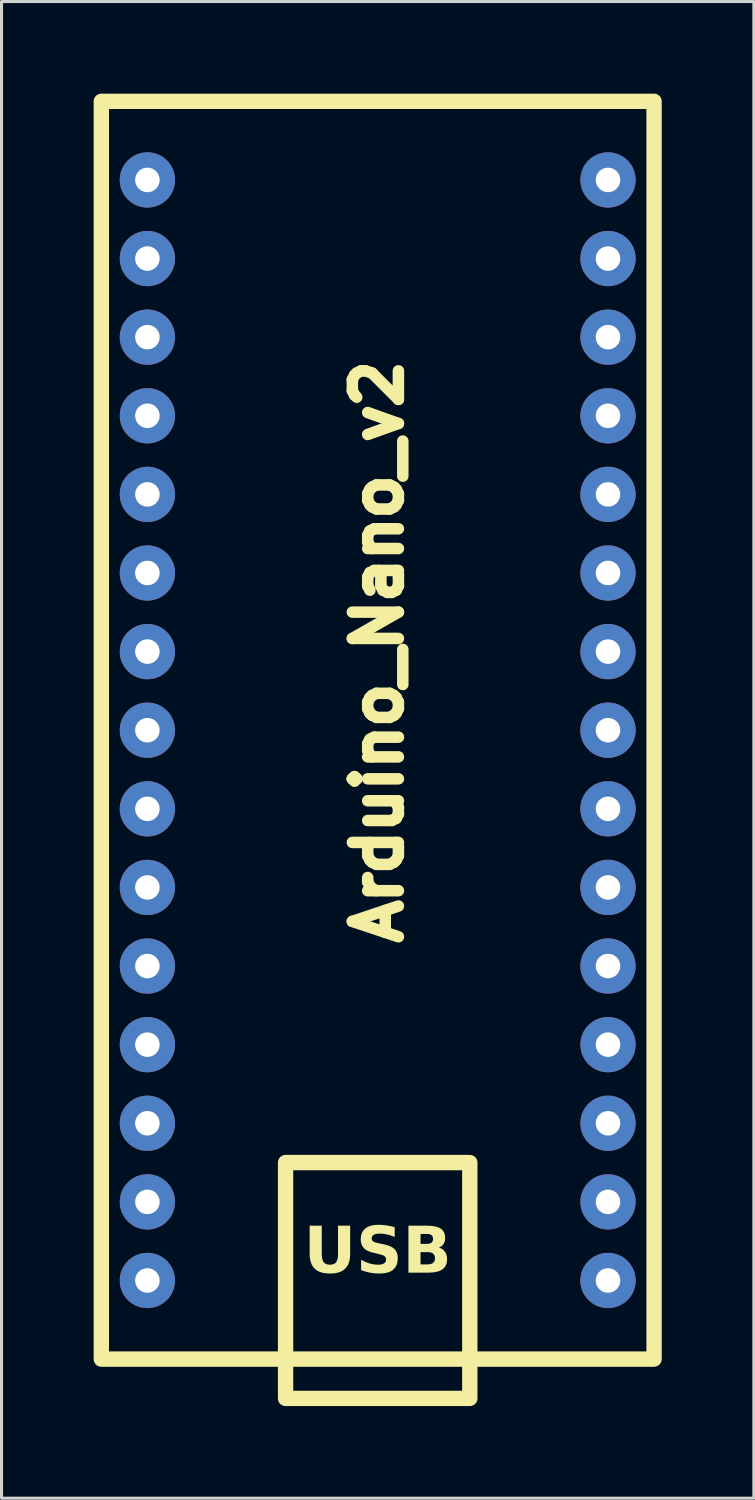
<source format=kicad_pcb>
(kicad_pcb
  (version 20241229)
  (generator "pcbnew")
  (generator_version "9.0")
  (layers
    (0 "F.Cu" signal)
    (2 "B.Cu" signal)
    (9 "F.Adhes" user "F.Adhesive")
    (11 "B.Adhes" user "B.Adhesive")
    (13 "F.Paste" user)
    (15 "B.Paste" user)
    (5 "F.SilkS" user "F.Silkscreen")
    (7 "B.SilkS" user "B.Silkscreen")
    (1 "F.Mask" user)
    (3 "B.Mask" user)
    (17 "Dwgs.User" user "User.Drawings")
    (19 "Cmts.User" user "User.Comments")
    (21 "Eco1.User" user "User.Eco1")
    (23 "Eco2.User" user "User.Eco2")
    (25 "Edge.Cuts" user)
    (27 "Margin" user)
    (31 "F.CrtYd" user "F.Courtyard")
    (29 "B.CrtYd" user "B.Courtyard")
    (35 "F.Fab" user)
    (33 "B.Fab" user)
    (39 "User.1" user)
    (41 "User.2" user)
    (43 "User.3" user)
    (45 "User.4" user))
  (footprint "Arduino_Nano_v2"
    (layer "F.Cu")
    (at 1.75 2.81)
    (property "Reference" "Arduino_Nano_v2" (at 7.5 15.36 90) (unlocked yes) (layer "F.SilkS") (effects (font (size 1.5 1.5) (thickness 0.375) (bold yes))))
    (attr through_hole)
    (fp_rect (start -1.5 -2.56) (end 16.5 38.4) (stroke (width 0.5) (type default)) (fill no) (layer "F.SilkS"))
    (fp_rect (start 4.5 39.68) (end 10.5 32) (stroke (width 0.5) (type default)) (fill no) (layer "F.SilkS"))
    (fp_text user "USB" (at 7.5 35.84 0) (unlocked yes) (layer "F.SilkS") (effects (font (face "Arial") (size 1.5 1.5) (thickness 0.375) (bold yes)) (justify bottom)))
    (pad "1" thru_hole circle (at 0 0) (size 1.8 1.8) (drill 0.8) (layers "*.Cu" "*.Mask"))
    (pad "2" thru_hole circle (at 0 2.56 90) (size 1.8 1.8) (drill 0.8) (layers "*.Cu" "*.Mask"))
    (pad "3" thru_hole circle (at 0 5.12 90) (size 1.8 1.8) (drill 0.8) (layers "*.Cu" "*.Mask"))
    (pad "4" thru_hole circle (at 0 7.68 90) (size 1.8 1.8) (drill 0.8) (layers "*.Cu" "*.Mask"))
    (pad "5" thru_hole circle (at 0 10.24 90) (size 1.8 1.8) (drill 0.8) (layers "*.Cu" "*.Mask"))
    (pad "6" thru_hole circle (at 0 12.8 90) (size 1.8 1.8) (drill 0.8) (layers "*.Cu" "*.Mask"))
    (pad "7" thru_hole circle (at 0 15.36 90) (size 1.8 1.8) (drill 0.8) (layers "*.Cu" "*.Mask"))
    (pad "8" thru_hole circle (at 0 17.92 90) (size 1.8 1.8) (drill 0.8) (layers "*.Cu" "*.Mask"))
    (pad "9" thru_hole circle (at 0 20.48 90) (size 1.8 1.8) (drill 0.8) (layers "*.Cu" "*.Mask"))
    (pad "10" thru_hole circle (at 0 23.04 90) (size 1.8 1.8) (drill 0.8) (layers "*.Cu" "*.Mask"))
    (pad "11" thru_hole circle (at 0 25.6 90) (size 1.8 1.8) (drill 0.8) (layers "*.Cu" "*.Mask"))
    (pad "12" thru_hole circle (at 0 28.16 90) (size 1.8 1.8) (drill 0.8) (layers "*.Cu" "*.Mask"))
    (pad "13" thru_hole circle (at 0 30.72 90) (size 1.8 1.8) (drill 0.8) (layers "*.Cu" "*.Mask"))
    (pad "14" thru_hole circle (at 0 33.28 90) (size 1.8 1.8) (drill 0.8) (layers "*.Cu" "*.Mask"))
    (pad "15" thru_hole circle (at 0 35.84 90) (size 1.8 1.8) (drill 0.8) (layers "*.Cu" "*.Mask"))
    (pad "16" thru_hole circle (at 15 35.84 90) (size 1.8 1.8) (drill 0.8) (layers "*.Cu" "*.Mask"))
    (pad "17" thru_hole circle (at 15 33.28 90) (size 1.8 1.8) (drill 0.8) (layers "*.Cu" "*.Mask"))
    (pad "18" thru_hole circle (at 15 30.72 90) (size 1.8 1.8) (drill 0.8) (layers "*.Cu" "*.Mask"))
    (pad "19" thru_hole circle (at 15 28.16 90) (size 1.8 1.8) (drill 0.8) (layers "*.Cu" "*.Mask"))
    (pad "20" thru_hole circle (at 15 25.6 90) (size 1.8 1.8) (drill 0.8) (layers "*.Cu" "*.Mask"))
    (pad "21" thru_hole circle (at 15 23.04 90) (size 1.8 1.8) (drill 0.8) (layers "*.Cu" "*.Mask"))
    (pad "22" thru_hole circle (at 15 20.48 90) (size 1.8 1.8) (drill 0.8) (layers "*.Cu" "*.Mask"))
    (pad "23" thru_hole circle (at 15 17.92 90) (size 1.8 1.8) (drill 0.8) (layers "*.Cu" "*.Mask"))
    (pad "24" thru_hole circle (at 15 15.36 90) (size 1.8 1.8) (drill 0.8) (layers "*.Cu" "*.Mask"))
    (pad "25" thru_hole circle (at 15 12.8 90) (size 1.8 1.8) (drill 0.8) (layers "*.Cu" "*.Mask"))
    (pad "26" thru_hole circle (at 15 10.24 90) (size 1.8 1.8) (drill 0.8) (layers "*.Cu" "*.Mask"))
    (pad "27" thru_hole circle (at 15 7.68 90) (size 1.8 1.8) (drill 0.8) (layers "*.Cu" "*.Mask"))
    (pad "28" thru_hole circle (at 15 5.12 90) (size 1.8 1.8) (drill 0.8) (layers "*.Cu" "*.Mask"))
    (pad "29" thru_hole circle (at 15 2.56 90) (size 1.8 1.8) (drill 0.8) (layers "*.Cu" "*.Mask"))
    (pad "30" thru_hole circle (at 15 0 90) (size 1.8 1.8) (drill 0.8) (layers "*.Cu" "*.Mask")))
  (gr_rect
    (start -3 -3)
    (end 21.5 45.74)
    (stroke (width 0.1) (type default))
    (fill no)
    (layer "Edge.Cuts")))
</source>
